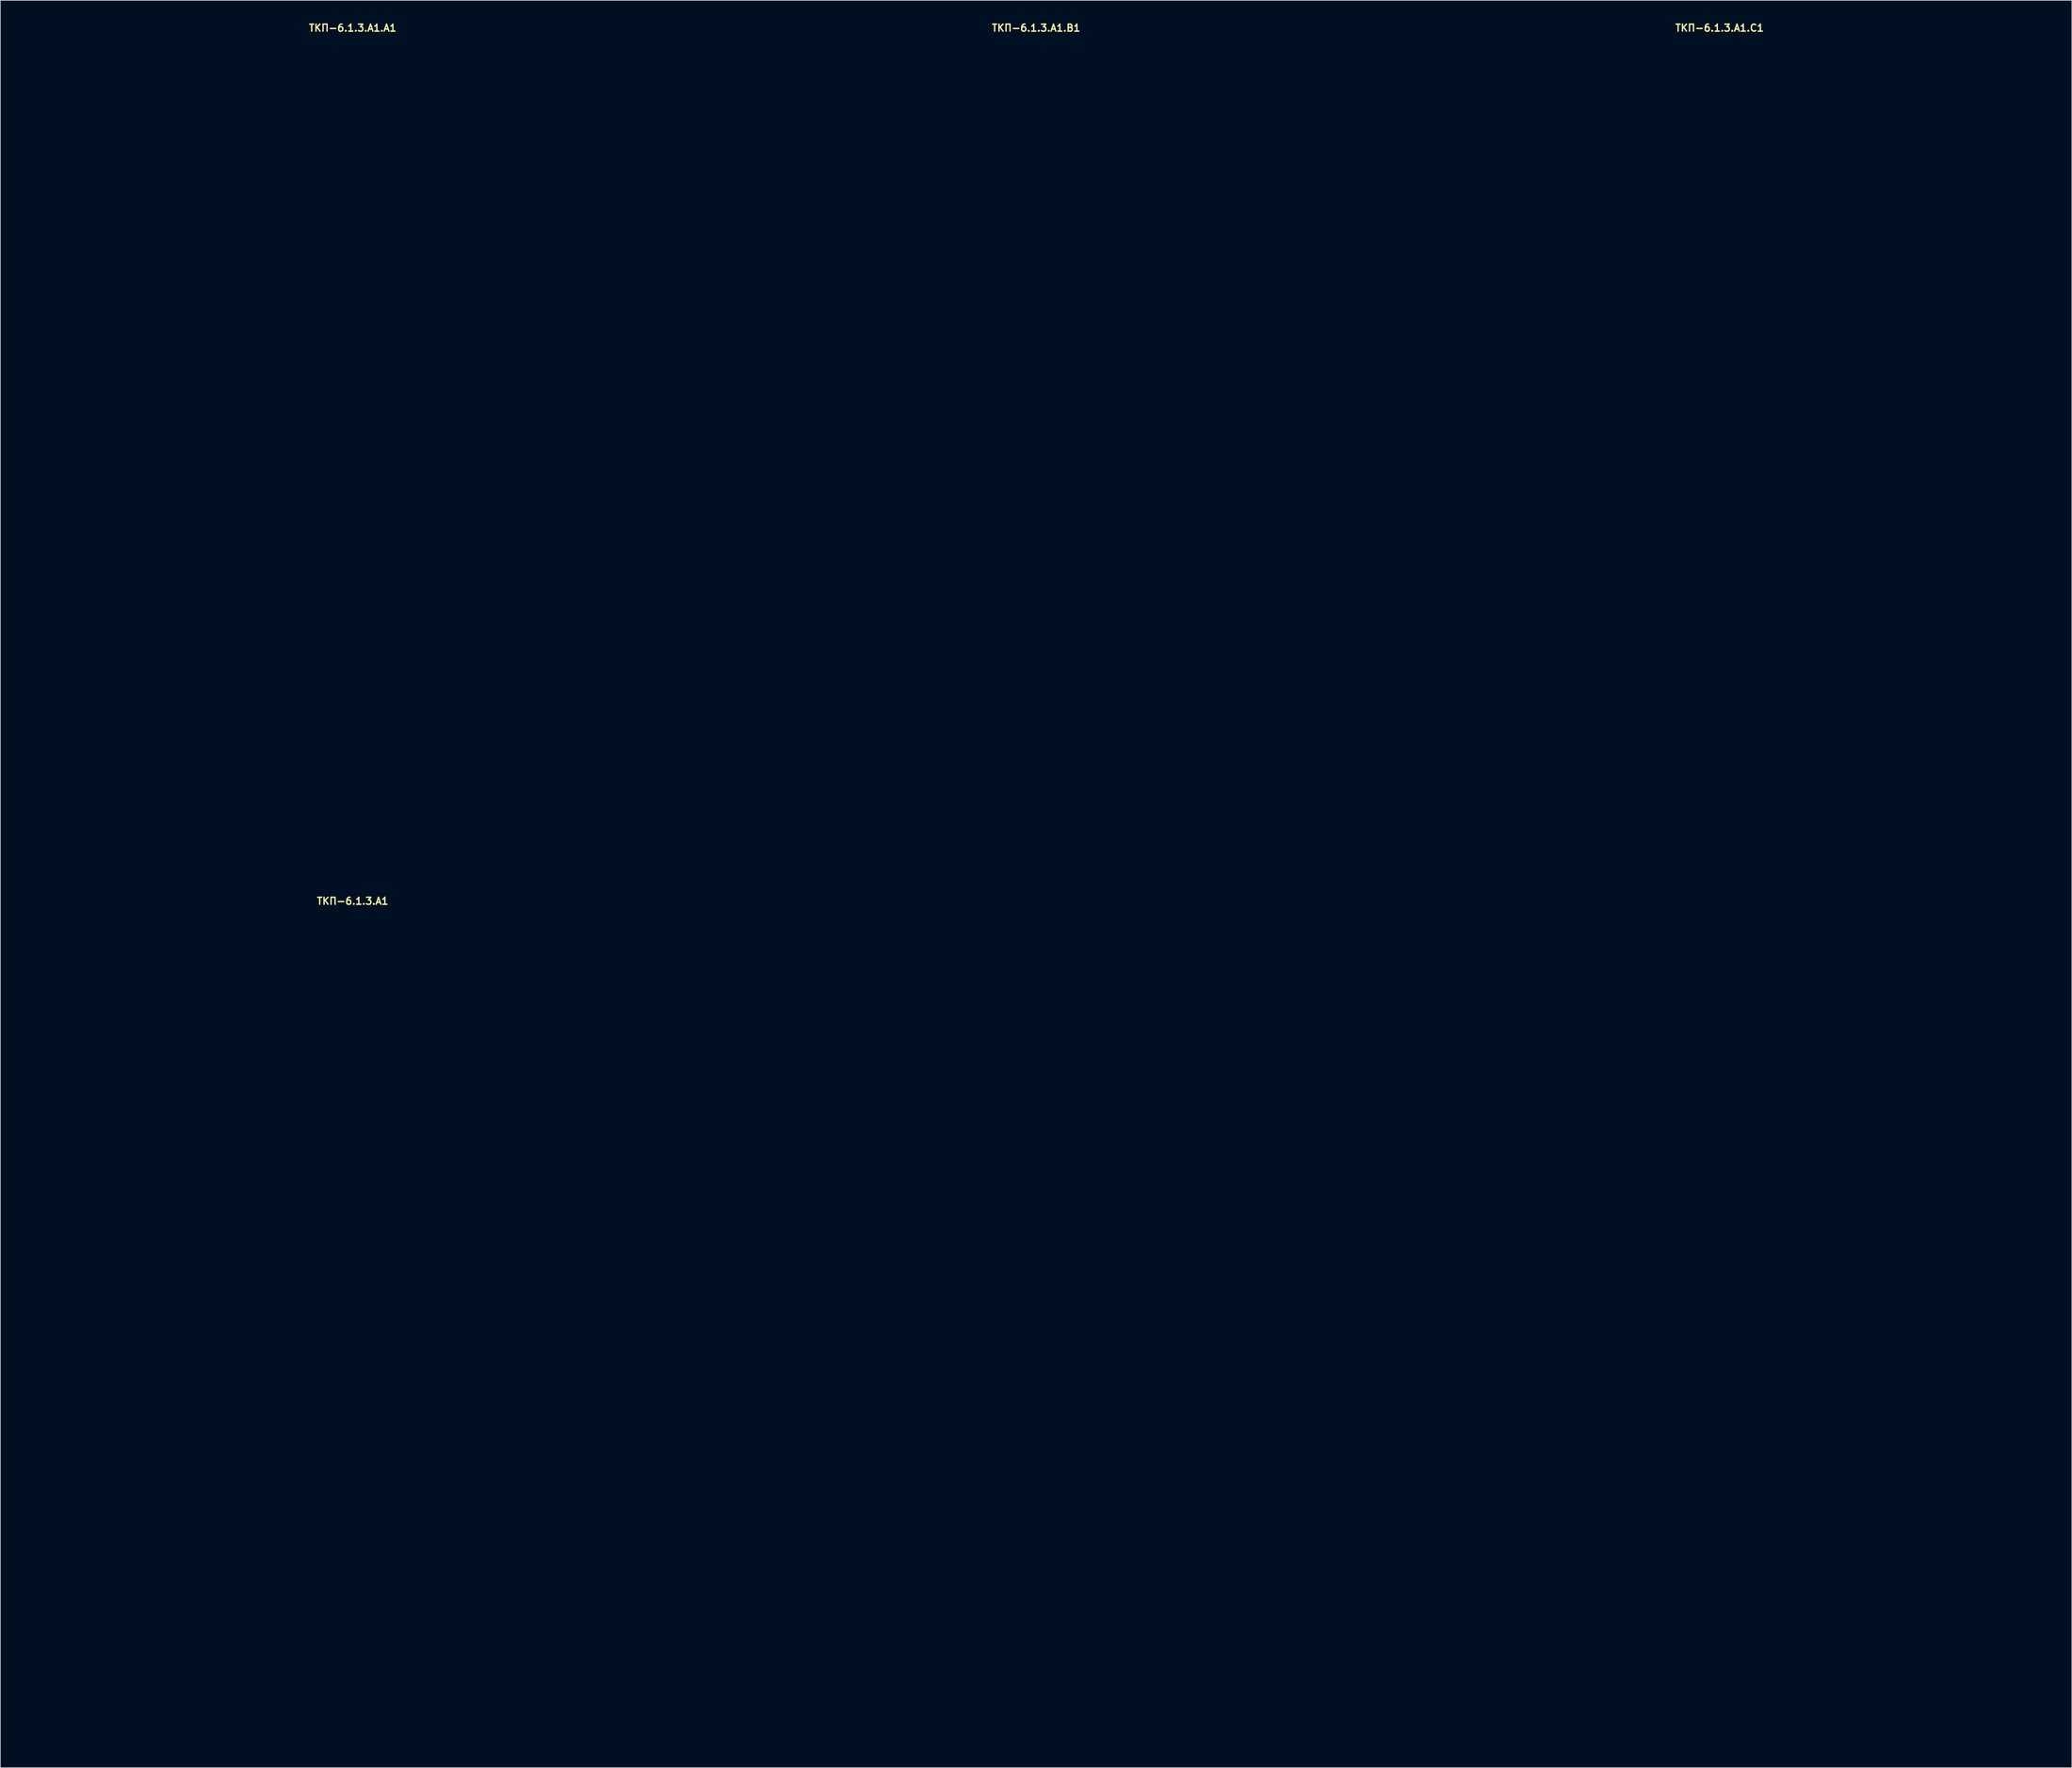
<source format=kicad_pcb>
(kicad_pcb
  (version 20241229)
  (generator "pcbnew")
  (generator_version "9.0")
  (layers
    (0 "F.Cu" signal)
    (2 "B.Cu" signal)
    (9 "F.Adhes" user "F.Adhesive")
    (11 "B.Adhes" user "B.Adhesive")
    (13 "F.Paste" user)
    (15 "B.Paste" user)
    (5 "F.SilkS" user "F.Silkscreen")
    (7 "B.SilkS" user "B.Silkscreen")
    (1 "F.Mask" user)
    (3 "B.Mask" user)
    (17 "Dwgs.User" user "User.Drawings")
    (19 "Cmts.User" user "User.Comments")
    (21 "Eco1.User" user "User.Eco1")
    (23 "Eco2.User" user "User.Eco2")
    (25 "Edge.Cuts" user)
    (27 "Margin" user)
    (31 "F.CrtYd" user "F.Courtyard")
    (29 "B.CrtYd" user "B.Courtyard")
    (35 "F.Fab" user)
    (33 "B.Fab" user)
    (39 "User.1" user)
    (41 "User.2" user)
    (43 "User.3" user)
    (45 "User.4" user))
  (footprint "ТКП-6.1.3.A1.A1"
    (layer "F.Cu")
    (at 47.2 61.515)
    (property "Reference" "ТКП-6.1.3.A1.A1" (at 0 -60.579 0) (layer "F.SilkS") (effects (font (size 1 1) (thickness 0.2))))
    (attr through_hole)
    (fp_line (start -47 -56.65) (end -47 56.65) (stroke (width 0.4) (type solid)) (layer "Eco1.User"))
    (fp_line (start -43.9 -59.75) (end 43.9 -59.75) (stroke (width 0.4) (type solid)) (layer "Eco1.User"))
    (fp_line (start -43.9 59.75) (end 43.9 59.75) (stroke (width 0.4) (type solid)) (layer "Eco1.User"))
    (fp_line (start 47 -56.65) (end 47 56.65) (stroke (width 0.4) (type solid)) (layer "Eco1.User"))
    (fp_arc (start -47 -56.65) (mid -46.092031 -58.842031) (end -43.9 -59.75) (stroke (width 0.4) (type solid)) (layer "Eco1.User"))
    (fp_arc (start -43.9 59.75) (mid -46.092031 58.842031) (end -47 56.65) (stroke (width 0.4) (type solid)) (layer "Eco1.User"))
    (fp_arc (start 43.9 -59.75) (mid 46.092031 -58.842031) (end 47 -56.65) (stroke (width 0.4) (type solid)) (layer "Eco1.User"))
    (fp_arc (start 47 56.65) (mid 46.092031 58.842031) (end 43.9 59.75) (stroke (width 0.4) (type solid)) (layer "Eco1.User"))
    (fp_circle (center -39.37 -5.08) (end -37.87 -5.08) (stroke (width 0.4) (type solid)) (fill no) (layer "Eco1.User"))
    (fp_circle (center -38.6 -51.35) (end -37.1 -51.35) (stroke (width 0.4) (type solid)) (fill no) (layer "Eco1.User"))
    (fp_circle (center -38.6 51.35) (end -37.1 51.35) (stroke (width 0.4) (type solid)) (fill no) (layer "Eco1.User"))
    (fp_circle (center -33.02 -31.55) (end -29.42 -31.55) (stroke (width 0.4) (type solid)) (fill no) (layer "Eco1.User"))
    (fp_circle (center -29.21 -52.07) (end -27.71 -52.07) (stroke (width 0.4) (type solid)) (fill no) (layer "Eco1.User"))
    (fp_circle (center -26.67 -5.08) (end -23.67 -5.08) (stroke (width 0.4) (type solid)) (fill no) (layer "Eco1.User"))
    (fp_circle (center -8.89 -52.07) (end -7.39 -52.07) (stroke (width 0.4) (type solid)) (fill no) (layer "Eco1.User"))
    (fp_circle (center 0 -31.55) (end 3.6 -31.55) (stroke (width 0.4) (type solid)) (fill no) (layer "Eco1.User"))
    (fp_circle (center 0 -5.08) (end 3 -5.08) (stroke (width 0.4) (type solid)) (fill no) (layer "Eco1.User"))
    (fp_circle (center 0 13.97) (end 2.65 13.97) (stroke (width 0.4) (type solid)) (fill no) (layer "Eco1.User"))
    (fp_circle (center 0 29.21) (end 6 29.21) (stroke (width 0.4) (type solid)) (fill no) (layer "Eco1.User"))
    (fp_circle (center 8.89 -52.07) (end 10.39 -52.07) (stroke (width 0.4) (type solid)) (fill no) (layer "Eco1.User"))
    (fp_circle (center 26.67 -5.08) (end 29.67 -5.08) (stroke (width 0.4) (type solid)) (fill no) (layer "Eco1.User"))
    (fp_circle (center 29.21 -52.07) (end 30.71 -52.07) (stroke (width 0.4) (type solid)) (fill no) (layer "Eco1.User"))
    (fp_circle (center 33.02 -31.55) (end 36.62 -31.55) (stroke (width 0.4) (type solid)) (fill no) (layer "Eco1.User"))
    (fp_circle (center 38.6 -51.35) (end 40.1 -51.35) (stroke (width 0.4) (type solid)) (fill no) (layer "Eco1.User"))
    (fp_circle (center 38.6 51.35) (end 40.1 51.35) (stroke (width 0.4) (type solid)) (fill no) (layer "Eco1.User"))
    (fp_circle (center 39.37 -5.08) (end 40.87 -5.08) (stroke (width 0.4) (type solid)) (fill no) (layer "Eco1.User")))
  (footprint "ТКП-6.1.3.A1"
    (layer "F.Cu")
    (at 47.2 185.98)
    (property "Reference" "ТКП-6.1.3.A1" (at 0 -60.579 0) (layer "F.SilkS") (effects (font (size 1 1) (thickness 0.2))))
    (attr through_hole)
    (fp_line (start -47 -56.65) (end -47 56.65) (stroke (width 0.4) (type solid)) (layer "Eco1.User"))
    (fp_line (start -43.9 -59.75) (end 43.9 -59.75) (stroke (width 0.4) (type solid)) (layer "Eco1.User"))
    (fp_line (start -43.9 59.75) (end 43.9 59.75) (stroke (width 0.4) (type solid)) (layer "Eco1.User"))
    (fp_line (start 47 -56.65) (end 47 56.65) (stroke (width 0.4) (type solid)) (layer "Eco1.User"))
    (fp_arc (start -47 -56.65) (mid -46.092031 -58.842031) (end -43.9 -59.75) (stroke (width 0.4) (type solid)) (layer "Eco1.User"))
    (fp_arc (start -43.9 59.75) (mid -46.092031 58.842031) (end -47 56.65) (stroke (width 0.4) (type solid)) (layer "Eco1.User"))
    (fp_arc (start 43.9 -59.75) (mid 46.092031 -58.842031) (end 47 -56.65) (stroke (width 0.4) (type solid)) (layer "Eco1.User"))
    (fp_arc (start 47 56.65) (mid 46.092031 58.842031) (end 43.9 59.75) (stroke (width 0.4) (type solid)) (layer "Eco1.User"))
    (fp_circle (center -38.6 -51.35) (end -37.1 -51.35) (stroke (width 0.4) (type solid)) (fill no) (layer "Eco1.User"))
    (fp_circle (center -38.6 51.35) (end -37.1 51.35) (stroke (width 0.4) (type solid)) (fill no) (layer "Eco1.User"))
    (fp_circle (center 38.6 -51.35) (end 40.1 -51.35) (stroke (width 0.4) (type solid)) (fill no) (layer "Eco1.User"))
    (fp_circle (center 38.6 51.35) (end 40.1 51.35) (stroke (width 0.4) (type solid)) (fill no) (layer "Eco1.User")))
  (footprint "ТКП-6.1.3.A1.C1"
    (layer "F.Cu")
    (at 242 61.515)
    (property "Reference" "ТКП-6.1.3.A1.C1" (at 0 -60.579 0) (layer "F.SilkS") (effects (font (size 1 1) (thickness 0.2))))
    (attr through_hole)
    (fp_line (start -47 -56.65) (end -47 56.65) (stroke (width 0.4) (type solid)) (layer "Eco1.User"))
    (fp_line (start -43.9 -59.75) (end 43.9 -59.75) (stroke (width 0.4) (type solid)) (layer "Eco1.User"))
    (fp_line (start -43.9 59.75) (end 43.9 59.75) (stroke (width 0.4) (type solid)) (layer "Eco1.User"))
    (fp_line (start 47 -56.65) (end 47 56.65) (stroke (width 0.4) (type solid)) (layer "Eco1.User"))
    (fp_arc (start -47 -56.65) (mid -46.092031 -58.842031) (end -43.9 -59.75) (stroke (width 0.4) (type solid)) (layer "Eco1.User"))
    (fp_arc (start -43.9 59.75) (mid -46.092031 58.842031) (end -47 56.65) (stroke (width 0.4) (type solid)) (layer "Eco1.User"))
    (fp_arc (start 43.9 -59.75) (mid 46.092031 -58.842031) (end 47 -56.65) (stroke (width 0.4) (type solid)) (layer "Eco1.User"))
    (fp_arc (start 47 56.65) (mid 46.092031 58.842031) (end 43.9 59.75) (stroke (width 0.4) (type solid)) (layer "Eco1.User"))
    (fp_circle (center -38.6 -51.35) (end -37.1 -51.35) (stroke (width 0.4) (type solid)) (fill no) (layer "Eco1.User"))
    (fp_circle (center -38.6 51.35) (end -37.1 51.35) (stroke (width 0.4) (type solid)) (fill no) (layer "Eco1.User"))
    (fp_circle (center -33.02 -31.55) (end -29.42 -31.55) (stroke (width 0.4) (type solid)) (fill no) (layer "Eco1.User"))
    (fp_circle (center -33.02 -4.88) (end -29.42 -4.88) (stroke (width 0.4) (type solid)) (fill no) (layer "Eco1.User"))
    (fp_circle (center -29.21 -52.07) (end -27.71 -52.07) (stroke (width 0.4) (type solid)) (fill no) (layer "Eco1.User"))
    (fp_circle (center -8.89 -52.07) (end -7.39 -52.07) (stroke (width 0.4) (type solid)) (fill no) (layer "Eco1.User"))
    (fp_circle (center 0 -31.55) (end 3.6 -31.55) (stroke (width 0.4) (type solid)) (fill no) (layer "Eco1.User"))
    (fp_circle (center 0 -4.88) (end 3.6 -4.88) (stroke (width 0.4) (type solid)) (fill no) (layer "Eco1.User"))
    (fp_circle (center 0 13.97) (end 2.65 13.97) (stroke (width 0.4) (type solid)) (fill no) (layer "Eco1.User"))
    (fp_circle (center 0 29.21) (end 6 29.21) (stroke (width 0.4) (type solid)) (fill no) (layer "Eco1.User"))
    (fp_circle (center 8.89 -52.07) (end 10.39 -52.07) (stroke (width 0.4) (type solid)) (fill no) (layer "Eco1.User"))
    (fp_circle (center 29.21 -52.07) (end 30.71 -52.07) (stroke (width 0.4) (type solid)) (fill no) (layer "Eco1.User"))
    (fp_circle (center 33.02 -31.55) (end 36.62 -31.55) (stroke (width 0.4) (type solid)) (fill no) (layer "Eco1.User"))
    (fp_circle (center 33.02 -4.88) (end 36.62 -4.88) (stroke (width 0.4) (type solid)) (fill no) (layer "Eco1.User"))
    (fp_circle (center 38.6 -51.35) (end 40.1 -51.35) (stroke (width 0.4) (type solid)) (fill no) (layer "Eco1.User"))
    (fp_circle (center 38.6 51.35) (end 40.1 51.35) (stroke (width 0.4) (type solid)) (fill no) (layer "Eco1.User")))
  (footprint "ТКП-6.1.3.A1.B1"
    (layer "F.Cu")
    (at 144.6 61.515)
    (property "Reference" "ТКП-6.1.3.A1.B1" (at 0 -60.579 0) (layer "F.SilkS") (effects (font (size 1 1) (thickness 0.2))))
    (attr through_hole)
    (fp_line (start -47 -56.65) (end -47 56.65) (stroke (width 0.4) (type solid)) (layer "Eco1.User"))
    (fp_line (start -43.9 -59.75) (end 43.9 -59.75) (stroke (width 0.4) (type solid)) (layer "Eco1.User"))
    (fp_line (start -43.9 59.75) (end 43.9 59.75) (stroke (width 0.4) (type solid)) (layer "Eco1.User"))
    (fp_line (start 47 -56.65) (end 47 56.65) (stroke (width 0.4) (type solid)) (layer "Eco1.User"))
    (fp_arc (start -47 -56.65) (mid -46.092031 -58.842031) (end -43.9 -59.75) (stroke (width 0.4) (type solid)) (layer "Eco1.User"))
    (fp_arc (start -43.9 59.75) (mid -46.092031 58.842031) (end -47 56.65) (stroke (width 0.4) (type solid)) (layer "Eco1.User"))
    (fp_arc (start 43.9 -59.75) (mid 46.092031 -58.842031) (end 47 -56.65) (stroke (width 0.4) (type solid)) (layer "Eco1.User"))
    (fp_arc (start 47 56.65) (mid 46.092031 58.842031) (end 43.9 59.75) (stroke (width 0.4) (type solid)) (layer "Eco1.User"))
    (fp_circle (center -38.6 -51.35) (end -37.1 -51.35) (stroke (width 0.4) (type solid)) (fill no) (layer "Eco1.User"))
    (fp_circle (center -38.6 51.35) (end -37.1 51.35) (stroke (width 0.4) (type solid)) (fill no) (layer "Eco1.User"))
    (fp_circle (center -33.02 -31.55) (end -29.42 -31.55) (stroke (width 0.4) (type solid)) (fill no) (layer "Eco1.User"))
    (fp_circle (center -29.21 -52.07) (end -27.71 -52.07) (stroke (width 0.4) (type solid)) (fill no) (layer "Eco1.User"))
    (fp_circle (center -8.89 -52.07) (end -7.39 -52.07) (stroke (width 0.4) (type solid)) (fill no) (layer "Eco1.User"))
    (fp_circle (center 0 -31.55) (end 3.6 -31.55) (stroke (width 0.4) (type solid)) (fill no) (layer "Eco1.User"))
    (fp_circle (center 0 13.97) (end 2.65 13.97) (stroke (width 0.4) (type solid)) (fill no) (layer "Eco1.User"))
    (fp_circle (center 0 29.21) (end 6 29.21) (stroke (width 0.4) (type solid)) (fill no) (layer "Eco1.User"))
    (fp_circle (center 8.89 -52.07) (end 10.39 -52.07) (stroke (width 0.4) (type solid)) (fill no) (layer "Eco1.User"))
    (fp_circle (center 29.21 -52.07) (end 30.71 -52.07) (stroke (width 0.4) (type solid)) (fill no) (layer "Eco1.User"))
    (fp_circle (center 33.02 -31.55) (end 36.62 -31.55) (stroke (width 0.4) (type solid)) (fill no) (layer "Eco1.User"))
    (fp_circle (center 38.6 -51.35) (end 40.1 -51.35) (stroke (width 0.4) (type solid)) (fill no) (layer "Eco1.User"))
    (fp_circle (center 38.6 51.35) (end 40.1 51.35) (stroke (width 0.4) (type solid)) (fill no) (layer "Eco1.User")))
  (gr_rect
    (start -3 -3)
    (end 292.2 248.93)
    (stroke (width 0.1) (type default))
    (fill no)
    (layer "Edge.Cuts")))
</source>
